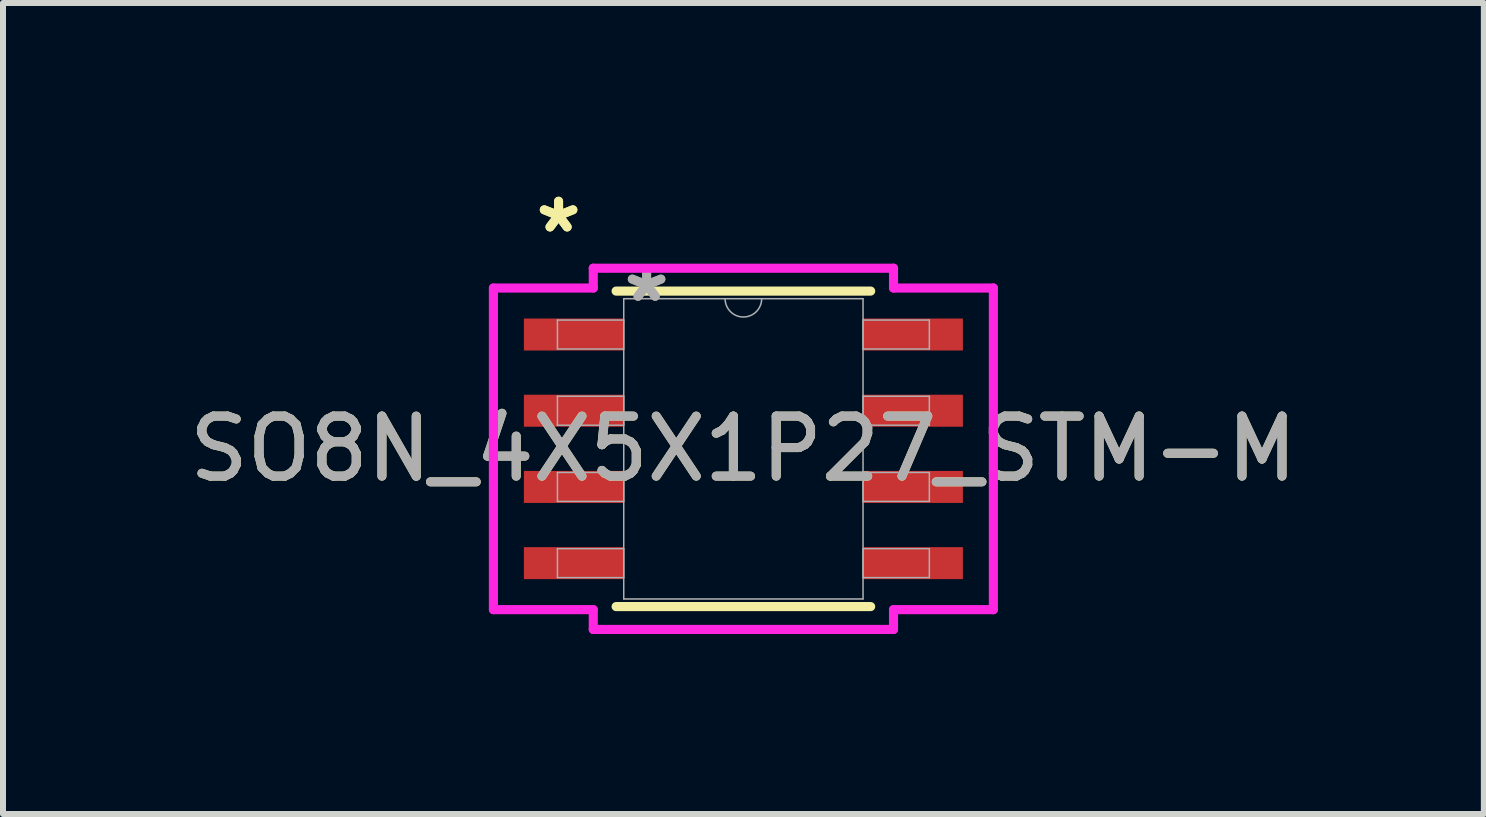
<source format=kicad_pcb>
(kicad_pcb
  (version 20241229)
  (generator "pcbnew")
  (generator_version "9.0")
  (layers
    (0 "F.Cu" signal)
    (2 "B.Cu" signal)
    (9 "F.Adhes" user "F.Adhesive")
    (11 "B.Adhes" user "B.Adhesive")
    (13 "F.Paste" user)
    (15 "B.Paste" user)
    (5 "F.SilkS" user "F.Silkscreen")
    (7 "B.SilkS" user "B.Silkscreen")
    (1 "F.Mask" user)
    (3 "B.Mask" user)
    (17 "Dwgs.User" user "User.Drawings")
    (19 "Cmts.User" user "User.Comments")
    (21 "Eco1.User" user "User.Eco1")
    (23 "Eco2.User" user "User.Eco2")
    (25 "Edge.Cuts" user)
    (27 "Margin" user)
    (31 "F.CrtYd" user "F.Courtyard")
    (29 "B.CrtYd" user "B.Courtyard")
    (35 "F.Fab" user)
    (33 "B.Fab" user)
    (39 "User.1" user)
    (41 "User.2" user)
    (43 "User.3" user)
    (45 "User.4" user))
  (footprint "SO8N_4X5X1P27_STM-M"
    (layer "F.Cu")
    (at 9.339 4.43)
    (property "Reference" "SO8N_4X5X1P27_STM-M" (at 0 0 0) (unlocked yes) (layer "F.SilkS") (effects (font (size 1 1) (thickness 0.15))))
    (attr smd)
    (fp_line (start -2.121 2.629) (end 2.121 2.629) (stroke (width 0.152) (type solid)) (layer "F.SilkS"))
    (fp_line (start 2.121 -2.629) (end -2.121 -2.629) (stroke (width 0.152) (type solid)) (layer "F.SilkS"))
    (fp_line (start -4.166 -2.68) (end -2.502 -2.68) (stroke (width 0.152) (type solid)) (layer "F.CrtYd"))
    (fp_line (start -4.166 2.68) (end -4.166 -2.68) (stroke (width 0.152) (type solid)) (layer "F.CrtYd"))
    (fp_line (start -4.166 2.68) (end -2.502 2.68) (stroke (width 0.152) (type solid)) (layer "F.CrtYd"))
    (fp_line (start -2.502 -3.01) (end 2.502 -3.01) (stroke (width 0.152) (type solid)) (layer "F.CrtYd"))
    (fp_line (start -2.502 -2.68) (end -2.502 -3.01) (stroke (width 0.152) (type solid)) (layer "F.CrtYd"))
    (fp_line (start -2.502 3.01) (end -2.502 2.68) (stroke (width 0.152) (type solid)) (layer "F.CrtYd"))
    (fp_line (start 2.502 -3.01) (end 2.502 -2.68) (stroke (width 0.152) (type solid)) (layer "F.CrtYd"))
    (fp_line (start 2.502 2.68) (end 2.502 3.01) (stroke (width 0.152) (type solid)) (layer "F.CrtYd"))
    (fp_line (start 2.502 3.01) (end -2.502 3.01) (stroke (width 0.152) (type solid)) (layer "F.CrtYd"))
    (fp_line (start 4.166 -2.68) (end 2.502 -2.68) (stroke (width 0.152) (type solid)) (layer "F.CrtYd"))
    (fp_line (start 4.166 -2.68) (end 4.166 2.68) (stroke (width 0.152) (type solid)) (layer "F.CrtYd"))
    (fp_line (start 4.166 2.68) (end 2.502 2.68) (stroke (width 0.152) (type solid)) (layer "F.CrtYd"))
    (fp_line (start -3.099 -2.146) (end -3.099 -1.664) (stroke (width 0.025) (type solid)) (layer "F.Fab"))
    (fp_line (start -3.099 -1.664) (end -1.994 -1.664) (stroke (width 0.025) (type solid)) (layer "F.Fab"))
    (fp_line (start -3.099 -0.876) (end -3.099 -0.394) (stroke (width 0.025) (type solid)) (layer "F.Fab"))
    (fp_line (start -3.099 -0.394) (end -1.994 -0.394) (stroke (width 0.025) (type solid)) (layer "F.Fab"))
    (fp_line (start -3.099 0.394) (end -3.099 0.876) (stroke (width 0.025) (type solid)) (layer "F.Fab"))
    (fp_line (start -3.099 0.876) (end -1.994 0.876) (stroke (width 0.025) (type solid)) (layer "F.Fab"))
    (fp_line (start -3.099 1.664) (end -3.099 2.146) (stroke (width 0.025) (type solid)) (layer "F.Fab"))
    (fp_line (start -3.099 2.146) (end -1.994 2.146) (stroke (width 0.025) (type solid)) (layer "F.Fab"))
    (fp_line (start -1.994 -2.502) (end -1.994 2.502) (stroke (width 0.025) (type solid)) (layer "F.Fab"))
    (fp_line (start -1.994 -2.146) (end -3.099 -2.146) (stroke (width 0.025) (type solid)) (layer "F.Fab"))
    (fp_line (start -1.994 -1.664) (end -1.994 -2.146) (stroke (width 0.025) (type solid)) (layer "F.Fab"))
    (fp_line (start -1.994 -0.876) (end -3.099 -0.876) (stroke (width 0.025) (type solid)) (layer "F.Fab"))
    (fp_line (start -1.994 -0.394) (end -1.994 -0.876) (stroke (width 0.025) (type solid)) (layer "F.Fab"))
    (fp_line (start -1.994 0.394) (end -3.099 0.394) (stroke (width 0.025) (type solid)) (layer "F.Fab"))
    (fp_line (start -1.994 0.876) (end -1.994 0.394) (stroke (width 0.025) (type solid)) (layer "F.Fab"))
    (fp_line (start -1.994 1.664) (end -3.099 1.664) (stroke (width 0.025) (type solid)) (layer "F.Fab"))
    (fp_line (start -1.994 2.146) (end -1.994 1.664) (stroke (width 0.025) (type solid)) (layer "F.Fab"))
    (fp_line (start -1.994 2.502) (end 1.994 2.502) (stroke (width 0.025) (type solid)) (layer "F.Fab"))
    (fp_line (start 1.994 -2.502) (end -1.994 -2.502) (stroke (width 0.025) (type solid)) (layer "F.Fab"))
    (fp_line (start 1.994 -2.146) (end 1.994 -1.664) (stroke (width 0.025) (type solid)) (layer "F.Fab"))
    (fp_line (start 1.994 -1.664) (end 3.099 -1.664) (stroke (width 0.025) (type solid)) (layer "F.Fab"))
    (fp_line (start 1.994 -0.876) (end 1.994 -0.394) (stroke (width 0.025) (type solid)) (layer "F.Fab"))
    (fp_line (start 1.994 -0.394) (end 3.099 -0.394) (stroke (width 0.025) (type solid)) (layer "F.Fab"))
    (fp_line (start 1.994 0.394) (end 1.994 0.876) (stroke (width 0.025) (type solid)) (layer "F.Fab"))
    (fp_line (start 1.994 0.876) (end 3.099 0.876) (stroke (width 0.025) (type solid)) (layer "F.Fab"))
    (fp_line (start 1.994 1.664) (end 1.994 2.146) (stroke (width 0.025) (type solid)) (layer "F.Fab"))
    (fp_line (start 1.994 2.146) (end 3.099 2.146) (stroke (width 0.025) (type solid)) (layer "F.Fab"))
    (fp_line (start 1.994 2.502) (end 1.994 -2.502) (stroke (width 0.025) (type solid)) (layer "F.Fab"))
    (fp_line (start 3.099 -2.146) (end 1.994 -2.146) (stroke (width 0.025) (type solid)) (layer "F.Fab"))
    (fp_line (start 3.099 -1.664) (end 3.099 -2.146) (stroke (width 0.025) (type solid)) (layer "F.Fab"))
    (fp_line (start 3.099 -0.876) (end 1.994 -0.876) (stroke (width 0.025) (type solid)) (layer "F.Fab"))
    (fp_line (start 3.099 -0.394) (end 3.099 -0.876) (stroke (width 0.025) (type solid)) (layer "F.Fab"))
    (fp_line (start 3.099 0.394) (end 1.994 0.394) (stroke (width 0.025) (type solid)) (layer "F.Fab"))
    (fp_line (start 3.099 0.876) (end 3.099 0.394) (stroke (width 0.025) (type solid)) (layer "F.Fab"))
    (fp_line (start 3.099 1.664) (end 1.994 1.664) (stroke (width 0.025) (type solid)) (layer "F.Fab"))
    (fp_line (start 3.099 2.146) (end 3.099 1.664) (stroke (width 0.025) (type solid)) (layer "F.Fab"))
    (fp_arc (start 0.3048 -2.5019) (mid 0 -2.1971) (end -0.3048 -2.5019) (stroke (width 0.0254) (type solid)) (layer "F.Fab"))
    (fp_text user "*" (at -3.08 -3.581 0) (layer "F.SilkS") (effects (font (size 1 1) (thickness 0.15))))
    (fp_text user "*" (at -3.08 -3.581 0) (unlocked yes) (layer "F.SilkS") (effects (font (size 1 1) (thickness 0.15))))
    (fp_text user "*" (at -1.613 -2.426 0) (layer "F.Fab") (effects (font (size 1 1) (thickness 0.15))))
    (fp_text user "*" (at -1.613 -2.426 0) (unlocked yes) (layer "F.Fab") (effects (font (size 1 1) (thickness 0.15))))
    (fp_text user "${REFERENCE}" (at 0 0 0) (unlocked yes) (layer "F.Fab") (effects (font (size 1 1) (thickness 0.15))))
    (pad "1" smd rect (at -2.826 -1.905) (size 1.664 0.533) (layers "F.Cu" "F.Mask" "F.Paste"))
    (pad "2" smd rect (at -2.826 -0.635) (size 1.664 0.533) (layers "F.Cu" "F.Mask" "F.Paste"))
    (pad "3" smd rect (at -2.826 0.635) (size 1.664 0.533) (layers "F.Cu" "F.Mask" "F.Paste"))
    (pad "4" smd rect (at -2.826 1.905) (size 1.664 0.533) (layers "F.Cu" "F.Mask" "F.Paste"))
    (pad "5" smd rect (at 2.826 1.905) (size 1.664 0.533) (layers "F.Cu" "F.Mask" "F.Paste"))
    (pad "6" smd rect (at 2.826 0.635) (size 1.664 0.533) (layers "F.Cu" "F.Mask" "F.Paste"))
    (pad "7" smd rect (at 2.826 -0.635) (size 1.664 0.533) (layers "F.Cu" "F.Mask" "F.Paste"))
    (pad "8" smd rect (at 2.826 -1.905) (size 1.664 0.533) (layers "F.Cu" "F.Mask" "F.Paste")))
  (gr_rect
    (start -3 -3)
    (end 21.679 10.516)
    (stroke (width 0.1) (type default))
    (fill no)
    (layer "Edge.Cuts")))
</source>
